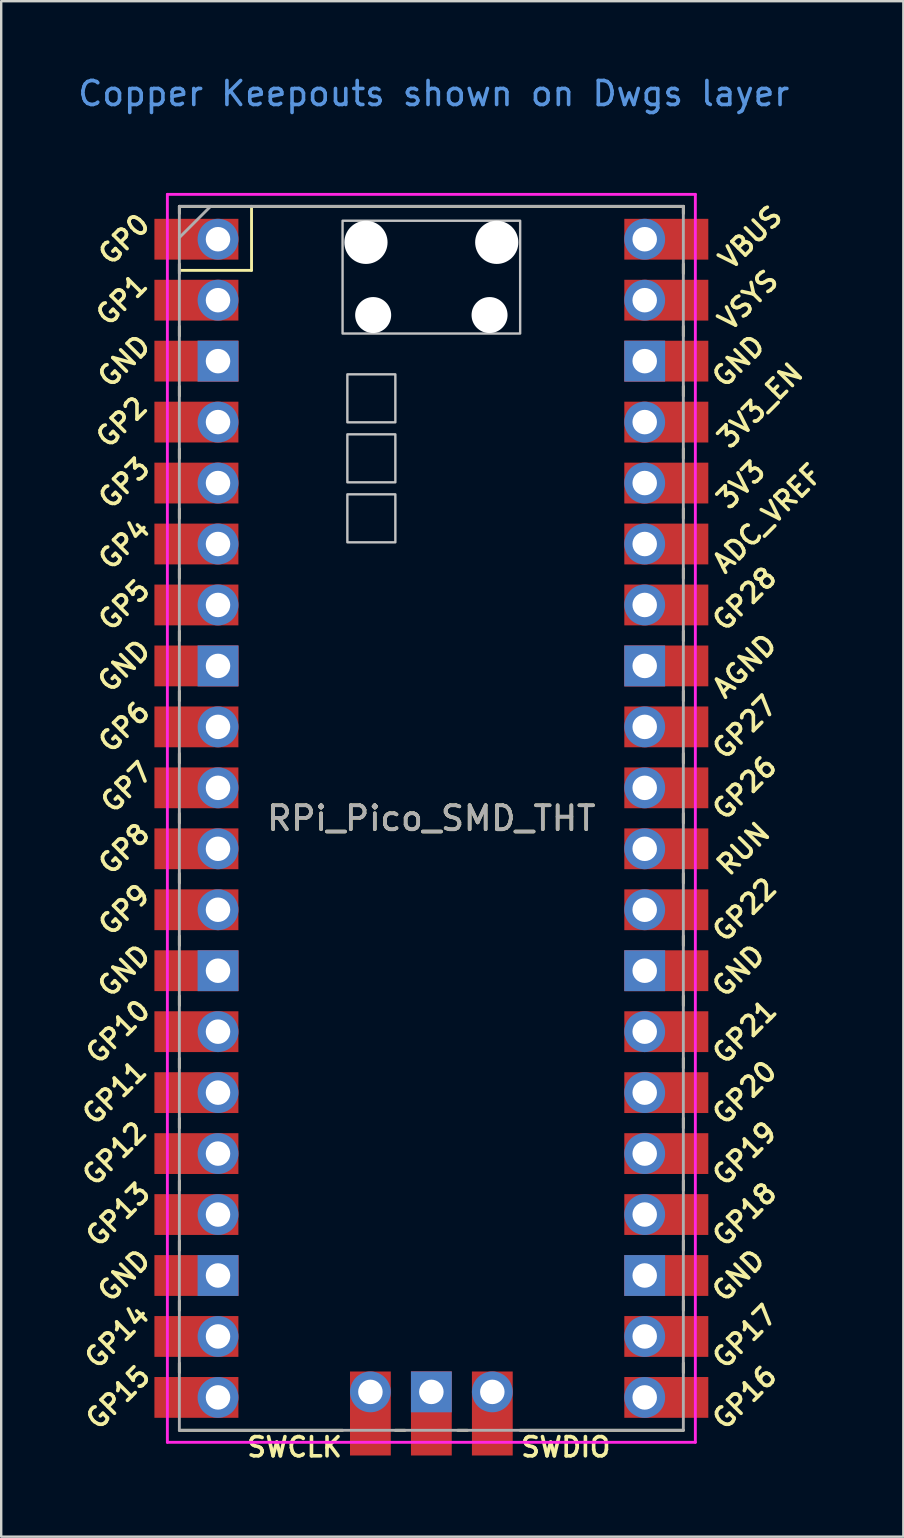
<source format=kicad_pcb>
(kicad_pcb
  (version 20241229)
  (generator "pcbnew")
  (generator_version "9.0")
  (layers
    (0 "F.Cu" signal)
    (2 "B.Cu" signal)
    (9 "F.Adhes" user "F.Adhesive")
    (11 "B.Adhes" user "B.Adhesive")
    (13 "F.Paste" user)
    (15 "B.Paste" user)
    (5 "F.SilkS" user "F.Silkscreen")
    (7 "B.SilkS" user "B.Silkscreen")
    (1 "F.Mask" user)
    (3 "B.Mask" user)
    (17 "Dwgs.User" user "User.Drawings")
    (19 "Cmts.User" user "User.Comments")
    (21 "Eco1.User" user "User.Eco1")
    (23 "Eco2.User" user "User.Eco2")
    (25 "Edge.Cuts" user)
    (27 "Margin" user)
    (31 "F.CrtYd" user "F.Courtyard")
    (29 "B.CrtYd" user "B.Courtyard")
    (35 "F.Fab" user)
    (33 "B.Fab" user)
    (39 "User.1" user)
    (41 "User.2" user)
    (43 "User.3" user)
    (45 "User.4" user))
  (footprint "RPi_Pico_SMD_THT"
    (layer "F.Cu")
    (at 14.924 31.048)
    (property "Reference" "RPi_Pico_SMD_THT" (at 0 0 0) (layer "F.SilkS") (effects (font (size 1 1) (thickness 0.15))))
    (attr through_hole)
    (fp_line (start -10.5 -25.5) (end -10.5 -25.2) (stroke (width 0.12) (type solid)) (layer "F.SilkS"))
    (fp_line (start -10.5 -25.5) (end 10.5 -25.5) (stroke (width 0.12) (type solid)) (layer "F.SilkS"))
    (fp_line (start -10.5 -23.1) (end -10.5 -22.7) (stroke (width 0.12) (type solid)) (layer "F.SilkS"))
    (fp_line (start -10.5 -22.833) (end -7.493 -22.833) (stroke (width 0.12) (type solid)) (layer "F.SilkS"))
    (fp_line (start -10.5 -20.5) (end -10.5 -20.1) (stroke (width 0.12) (type solid)) (layer "F.SilkS"))
    (fp_line (start -10.5 -18) (end -10.5 -17.6) (stroke (width 0.12) (type solid)) (layer "F.SilkS"))
    (fp_line (start -10.5 -15.4) (end -10.5 -15) (stroke (width 0.12) (type solid)) (layer "F.SilkS"))
    (fp_line (start -10.5 -12.9) (end -10.5 -12.5) (stroke (width 0.12) (type solid)) (layer "F.SilkS"))
    (fp_line (start -10.5 -10.4) (end -10.5 -10) (stroke (width 0.12) (type solid)) (layer "F.SilkS"))
    (fp_line (start -10.5 -7.8) (end -10.5 -7.4) (stroke (width 0.12) (type solid)) (layer "F.SilkS"))
    (fp_line (start -10.5 -5.3) (end -10.5 -4.9) (stroke (width 0.12) (type solid)) (layer "F.SilkS"))
    (fp_line (start -10.5 -2.7) (end -10.5 -2.3) (stroke (width 0.12) (type solid)) (layer "F.SilkS"))
    (fp_line (start -10.5 -0.2) (end -10.5 0.2) (stroke (width 0.12) (type solid)) (layer "F.SilkS"))
    (fp_line (start -10.5 2.3) (end -10.5 2.7) (stroke (width 0.12) (type solid)) (layer "F.SilkS"))
    (fp_line (start -10.5 4.9) (end -10.5 5.3) (stroke (width 0.12) (type solid)) (layer "F.SilkS"))
    (fp_line (start -10.5 7.4) (end -10.5 7.8) (stroke (width 0.12) (type solid)) (layer "F.SilkS"))
    (fp_line (start -10.5 10) (end -10.5 10.4) (stroke (width 0.12) (type solid)) (layer "F.SilkS"))
    (fp_line (start -10.5 12.5) (end -10.5 12.9) (stroke (width 0.12) (type solid)) (layer "F.SilkS"))
    (fp_line (start -10.5 15.1) (end -10.5 15.5) (stroke (width 0.12) (type solid)) (layer "F.SilkS"))
    (fp_line (start -10.5 17.6) (end -10.5 18) (stroke (width 0.12) (type solid)) (layer "F.SilkS"))
    (fp_line (start -10.5 20.1) (end -10.5 20.5) (stroke (width 0.12) (type solid)) (layer "F.SilkS"))
    (fp_line (start -10.5 22.7) (end -10.5 23.1) (stroke (width 0.12) (type solid)) (layer "F.SilkS"))
    (fp_line (start -7.493 -22.833) (end -7.493 -25.5) (stroke (width 0.12) (type solid)) (layer "F.SilkS"))
    (fp_line (start -3.7 25.5) (end -10.5 25.5) (stroke (width 0.12) (type solid)) (layer "F.SilkS"))
    (fp_line (start -1.5 25.5) (end -1.1 25.5) (stroke (width 0.12) (type solid)) (layer "F.SilkS"))
    (fp_line (start 1.1 25.5) (end 1.5 25.5) (stroke (width 0.12) (type solid)) (layer "F.SilkS"))
    (fp_line (start 10.5 -25.5) (end 10.5 -25.2) (stroke (width 0.12) (type solid)) (layer "F.SilkS"))
    (fp_line (start 10.5 -23.1) (end 10.5 -22.7) (stroke (width 0.12) (type solid)) (layer "F.SilkS"))
    (fp_line (start 10.5 -20.5) (end 10.5 -20.1) (stroke (width 0.12) (type solid)) (layer "F.SilkS"))
    (fp_line (start 10.5 -18) (end 10.5 -17.6) (stroke (width 0.12) (type solid)) (layer "F.SilkS"))
    (fp_line (start 10.5 -15.4) (end 10.5 -15) (stroke (width 0.12) (type solid)) (layer "F.SilkS"))
    (fp_line (start 10.5 -12.9) (end 10.5 -12.5) (stroke (width 0.12) (type solid)) (layer "F.SilkS"))
    (fp_line (start 10.5 -10.4) (end 10.5 -10) (stroke (width 0.12) (type solid)) (layer "F.SilkS"))
    (fp_line (start 10.5 -7.8) (end 10.5 -7.4) (stroke (width 0.12) (type solid)) (layer "F.SilkS"))
    (fp_line (start 10.5 -5.3) (end 10.5 -4.9) (stroke (width 0.12) (type solid)) (layer "F.SilkS"))
    (fp_line (start 10.5 -2.7) (end 10.5 -2.3) (stroke (width 0.12) (type solid)) (layer "F.SilkS"))
    (fp_line (start 10.5 -0.2) (end 10.5 0.2) (stroke (width 0.12) (type solid)) (layer "F.SilkS"))
    (fp_line (start 10.5 2.3) (end 10.5 2.7) (stroke (width 0.12) (type solid)) (layer "F.SilkS"))
    (fp_line (start 10.5 4.9) (end 10.5 5.3) (stroke (width 0.12) (type solid)) (layer "F.SilkS"))
    (fp_line (start 10.5 7.4) (end 10.5 7.8) (stroke (width 0.12) (type solid)) (layer "F.SilkS"))
    (fp_line (start 10.5 10) (end 10.5 10.4) (stroke (width 0.12) (type solid)) (layer "F.SilkS"))
    (fp_line (start 10.5 12.5) (end 10.5 12.9) (stroke (width 0.12) (type solid)) (layer "F.SilkS"))
    (fp_line (start 10.5 15.1) (end 10.5 15.5) (stroke (width 0.12) (type solid)) (layer "F.SilkS"))
    (fp_line (start 10.5 17.6) (end 10.5 18) (stroke (width 0.12) (type solid)) (layer "F.SilkS"))
    (fp_line (start 10.5 20.1) (end 10.5 20.5) (stroke (width 0.12) (type solid)) (layer "F.SilkS"))
    (fp_line (start 10.5 22.7) (end 10.5 23.1) (stroke (width 0.12) (type solid)) (layer "F.SilkS"))
    (fp_line (start 10.5 25.5) (end 3.7 25.5) (stroke (width 0.12) (type solid)) (layer "F.SilkS"))
    (fp_poly (pts (xy -1.5 -16.5) (xy -3.5 -16.5) (xy -3.5 -18.5) (xy -1.5 -18.5)) (stroke (width 0.1) (type solid)) (fill no) (layer "Dwgs.User"))
    (fp_poly (pts (xy -1.5 -14) (xy -3.5 -14) (xy -3.5 -16) (xy -1.5 -16)) (stroke (width 0.1) (type solid)) (fill no) (layer "Dwgs.User"))
    (fp_poly (pts (xy -1.5 -11.5) (xy -3.5 -11.5) (xy -3.5 -13.5) (xy -1.5 -13.5)) (stroke (width 0.1) (type solid)) (fill no) (layer "Dwgs.User"))
    (fp_poly (pts (xy 3.7 -20.2) (xy -3.7 -20.2) (xy -3.7 -24.9) (xy 3.7 -24.9)) (stroke (width 0.1) (type solid)) (fill no) (layer "Dwgs.User"))
    (fp_line (start -11 -26) (end 11 -26) (stroke (width 0.12) (type solid)) (layer "F.CrtYd"))
    (fp_line (start -11 26) (end -11 -26) (stroke (width 0.12) (type solid)) (layer "F.CrtYd"))
    (fp_line (start 11 -26) (end 11 26) (stroke (width 0.12) (type solid)) (layer "F.CrtYd"))
    (fp_line (start 11 26) (end -11 26) (stroke (width 0.12) (type solid)) (layer "F.CrtYd"))
    (fp_line (start -10.5 -25.5) (end 10.5 -25.5) (stroke (width 0.12) (type solid)) (layer "F.Fab"))
    (fp_line (start -10.5 -24.2) (end -9.2 -25.5) (stroke (width 0.12) (type solid)) (layer "F.Fab"))
    (fp_line (start -10.5 25.5) (end -10.5 -25.5) (stroke (width 0.12) (type solid)) (layer "F.Fab"))
    (fp_line (start 10.5 -25.5) (end 10.5 25.5) (stroke (width 0.12) (type solid)) (layer "F.Fab"))
    (fp_line (start 10.5 25.5) (end -10.5 25.5) (stroke (width 0.12) (type solid)) (layer "F.Fab"))
    (fp_text user "SWCLK" (at -5.7 26.2 0) (layer "F.SilkS") (effects (font (size 0.8 0.8) (thickness 0.15))))
    (fp_text user "GP10" (at -13.054 8.89 45) (layer "F.SilkS") (effects (font (size 0.8 0.8) (thickness 0.15))))
    (fp_text user "VBUS" (at 13.3 -24.2 45) (layer "F.SilkS") (effects (font (size 0.8 0.8) (thickness 0.15))))
    (fp_text user "GP5" (at -12.8 -8.89 45) (layer "F.SilkS") (effects (font (size 0.8 0.8) (thickness 0.15))))
    (fp_text user "GP1" (at -12.9 -21.6 45) (layer "F.SilkS") (effects (font (size 0.8 0.8) (thickness 0.15))))
    (fp_text user "GP4" (at -12.8 -11.43 45) (layer "F.SilkS") (effects (font (size 0.8 0.8) (thickness 0.15))))
    (fp_text user "VSYS" (at 13.2 -21.59 45) (layer "F.SilkS") (effects (font (size 0.8 0.8) (thickness 0.15))))
    (fp_text user "GND" (at 12.8 -19.05 45) (layer "F.SilkS") (effects (font (size 0.8 0.8) (thickness 0.15))))
    (fp_text user "3V3_EN" (at 13.7 -17.2 45) (layer "F.SilkS") (effects (font (size 0.8 0.8) (thickness 0.15))))
    (fp_text user "GP16" (at 13.054 24.13 45) (layer "F.SilkS") (effects (font (size 0.8 0.8) (thickness 0.15))))
    (fp_text user "3V3" (at 12.9 -13.9 45) (layer "F.SilkS") (effects (font (size 0.8 0.8) (thickness 0.15))))
    (fp_text user "GND" (at 12.8 19.05 45) (layer "F.SilkS") (effects (font (size 0.8 0.8) (thickness 0.15))))
    (fp_text user "SWDIO" (at 5.6 26.2 0) (layer "F.SilkS") (effects (font (size 0.8 0.8) (thickness 0.15))))
    (fp_text user "GP3" (at -12.8 -13.97 45) (layer "F.SilkS") (effects (font (size 0.8 0.8) (thickness 0.15))))
    (fp_text user "GP14" (at -13.1 21.59 45) (layer "F.SilkS") (effects (font (size 0.8 0.8) (thickness 0.15))))
    (fp_text user "GND" (at -12.8 -6.35 45) (layer "F.SilkS") (effects (font (size 0.8 0.8) (thickness 0.15))))
    (fp_text user "GP26" (at 13.054 -1.27 45) (layer "F.SilkS") (effects (font (size 0.8 0.8) (thickness 0.15))))
    (fp_text user "GP9" (at -12.8 3.81 45) (layer "F.SilkS") (effects (font (size 0.8 0.8) (thickness 0.15))))
    (fp_text user "GND" (at -12.8 6.35 45) (layer "F.SilkS") (effects (font (size 0.8 0.8) (thickness 0.15))))
    (fp_text user "GP28" (at 13.054 -9.144 45) (layer "F.SilkS") (effects (font (size 0.8 0.8) (thickness 0.15))))
    (fp_text user "GP20" (at 13.054 11.43 45) (layer "F.SilkS") (effects (font (size 0.8 0.8) (thickness 0.15))))
    (fp_text user "GND" (at -12.8 -19.05 45) (layer "F.SilkS") (effects (font (size 0.8 0.8) (thickness 0.15))))
    (fp_text user "GP17" (at 13.054 21.59 45) (layer "F.SilkS") (effects (font (size 0.8 0.8) (thickness 0.15))))
    (fp_text user "GP15" (at -13.054 24.13 45) (layer "F.SilkS") (effects (font (size 0.8 0.8) (thickness 0.15))))
    (fp_text user "GP11" (at -13.2 11.43 45) (layer "F.SilkS") (effects (font (size 0.8 0.8) (thickness 0.15))))
    (fp_text user "GP18" (at 13.054 16.51 45) (layer "F.SilkS") (effects (font (size 0.8 0.8) (thickness 0.15))))
    (fp_text user "AGND" (at 13.054 -6.35 45) (layer "F.SilkS") (effects (font (size 0.8 0.8) (thickness 0.15))))
    (fp_text user "GND" (at -12.8 19.05 45) (layer "F.SilkS") (effects (font (size 0.8 0.8) (thickness 0.15))))
    (fp_text user "GP7" (at -12.7 -1.3 45) (layer "F.SilkS") (effects (font (size 0.8 0.8) (thickness 0.15))))
    (fp_text user "GP6" (at -12.8 -3.81 45) (layer "F.SilkS") (effects (font (size 0.8 0.8) (thickness 0.15))))
    (fp_text user "GP22" (at 13.054 3.81 45) (layer "F.SilkS") (effects (font (size 0.8 0.8) (thickness 0.15))))
    (fp_text user "GP2" (at -12.9 -16.51 45) (layer "F.SilkS") (effects (font (size 0.8 0.8) (thickness 0.15))))
    (fp_text user "GND" (at 12.8 6.35 45) (layer "F.SilkS") (effects (font (size 0.8 0.8) (thickness 0.15))))
    (fp_text user "ADC_VREF" (at 14 -12.5 45) (layer "F.SilkS") (effects (font (size 0.8 0.8) (thickness 0.15))))
    (fp_text user "GP0" (at -12.8 -24.13 45) (layer "F.SilkS") (effects (font (size 0.8 0.8) (thickness 0.15))))
    (fp_text user "GP13" (at -13.054 16.51 45) (layer "F.SilkS") (effects (font (size 0.8 0.8) (thickness 0.15))))
    (fp_text user "GP27" (at 13.054 -3.8 45) (layer "F.SilkS") (effects (font (size 0.8 0.8) (thickness 0.15))))
    (fp_text user "RUN" (at 13 1.27 45) (layer "F.SilkS") (effects (font (size 0.8 0.8) (thickness 0.15))))
    (fp_text user "GP8" (at -12.8 1.27 45) (layer "F.SilkS") (effects (font (size 0.8 0.8) (thickness 0.15))))
    (fp_text user "GP21" (at 13.054 8.9 45) (layer "F.SilkS") (effects (font (size 0.8 0.8) (thickness 0.15))))
    (fp_text user "GP19" (at 13.054 13.97 45) (layer "F.SilkS") (effects (font (size 0.8 0.8) (thickness 0.15))))
    (fp_text user "GP12" (at -13.2 13.97 45) (layer "F.SilkS") (effects (font (size 0.8 0.8) (thickness 0.15))))
    (fp_text user "Copper Keepouts shown on Dwgs layer" (at 0.1 -30.2 0) (layer "Cmts.User") (effects (font (size 1 1) (thickness 0.15))))
    (fp_text user "${REFERENCE}" (at 0 0 180) (layer "F.Fab") (effects (font (size 1 1) (thickness 0.15))))
    (pad "" np_thru_hole oval (at -2.725 -24) (size 1.8 1.8) (drill 1.8) (layers "*.Cu" "*.Mask"))
    (pad "" np_thru_hole oval (at -2.425 -20.97) (size 1.5 1.5) (drill 1.5) (layers "*.Cu" "*.Mask"))
    (pad "" np_thru_hole oval (at 2.425 -20.97) (size 1.5 1.5) (drill 1.5) (layers "*.Cu" "*.Mask"))
    (pad "" np_thru_hole oval (at 2.725 -24) (size 1.8 1.8) (drill 1.8) (layers "*.Cu" "*.Mask"))
    (pad "1" thru_hole oval (at -8.89 -24.13) (size 1.7 1.7) (drill 1.02) (layers "*.Cu" "*.Mask"))
    (pad "1" smd rect (at -8.89 -24.13) (size 3.5 1.7) (drill (offset -0.9 0)) (layers "F.Cu" "F.Mask"))
    (pad "2" thru_hole oval (at -8.89 -21.59) (size 1.7 1.7) (drill 1.02) (layers "*.Cu" "*.Mask"))
    (pad "2" smd rect (at -8.89 -21.59) (size 3.5 1.7) (drill (offset -0.9 0)) (layers "F.Cu" "F.Mask"))
    (pad "3" thru_hole rect (at -8.89 -19.05) (size 1.7 1.7) (drill 1.02) (layers "*.Cu" "*.Mask"))
    (pad "3" smd rect (at -8.89 -19.05) (size 3.5 1.7) (drill (offset -0.9 0)) (layers "F.Cu" "F.Mask"))
    (pad "4" thru_hole oval (at -8.89 -16.51) (size 1.7 1.7) (drill 1.02) (layers "*.Cu" "*.Mask"))
    (pad "4" smd rect (at -8.89 -16.51) (size 3.5 1.7) (drill (offset -0.9 0)) (layers "F.Cu" "F.Mask"))
    (pad "5" thru_hole oval (at -8.89 -13.97) (size 1.7 1.7) (drill 1.02) (layers "*.Cu" "*.Mask"))
    (pad "5" smd rect (at -8.89 -13.97) (size 3.5 1.7) (drill (offset -0.9 0)) (layers "F.Cu" "F.Mask"))
    (pad "6" thru_hole oval (at -8.89 -11.43) (size 1.7 1.7) (drill 1.02) (layers "*.Cu" "*.Mask"))
    (pad "6" smd rect (at -8.89 -11.43) (size 3.5 1.7) (drill (offset -0.9 0)) (layers "F.Cu" "F.Mask"))
    (pad "7" thru_hole oval (at -8.89 -8.89) (size 1.7 1.7) (drill 1.02) (layers "*.Cu" "*.Mask"))
    (pad "7" smd rect (at -8.89 -8.89) (size 3.5 1.7) (drill (offset -0.9 0)) (layers "F.Cu" "F.Mask"))
    (pad "8" thru_hole rect (at -8.89 -6.35) (size 1.7 1.7) (drill 1.02) (layers "*.Cu" "*.Mask"))
    (pad "8" smd rect (at -8.89 -6.35) (size 3.5 1.7) (drill (offset -0.9 0)) (layers "F.Cu" "F.Mask"))
    (pad "9" thru_hole oval (at -8.89 -3.81) (size 1.7 1.7) (drill 1.02) (layers "*.Cu" "*.Mask"))
    (pad "9" smd rect (at -8.89 -3.81) (size 3.5 1.7) (drill (offset -0.9 0)) (layers "F.Cu" "F.Mask"))
    (pad "10" thru_hole oval (at -8.89 -1.27) (size 1.7 1.7) (drill 1.02) (layers "*.Cu" "*.Mask"))
    (pad "10" smd rect (at -8.89 -1.27) (size 3.5 1.7) (drill (offset -0.9 0)) (layers "F.Cu" "F.Mask"))
    (pad "11" thru_hole oval (at -8.89 1.27) (size 1.7 1.7) (drill 1.02) (layers "*.Cu" "*.Mask"))
    (pad "11" smd rect (at -8.89 1.27) (size 3.5 1.7) (drill (offset -0.9 0)) (layers "F.Cu" "F.Mask"))
    (pad "12" thru_hole oval (at -8.89 3.81) (size 1.7 1.7) (drill 1.02) (layers "*.Cu" "*.Mask"))
    (pad "12" smd rect (at -8.89 3.81) (size 3.5 1.7) (drill (offset -0.9 0)) (layers "F.Cu" "F.Mask"))
    (pad "13" thru_hole rect (at -8.89 6.35) (size 1.7 1.7) (drill 1.02) (layers "*.Cu" "*.Mask"))
    (pad "13" smd rect (at -8.89 6.35) (size 3.5 1.7) (drill (offset -0.9 0)) (layers "F.Cu" "F.Mask"))
    (pad "14" thru_hole oval (at -8.89 8.89) (size 1.7 1.7) (drill 1.02) (layers "*.Cu" "*.Mask"))
    (pad "14" smd rect (at -8.89 8.89) (size 3.5 1.7) (drill (offset -0.9 0)) (layers "F.Cu" "F.Mask"))
    (pad "15" thru_hole oval (at -8.89 11.43) (size 1.7 1.7) (drill 1.02) (layers "*.Cu" "*.Mask"))
    (pad "15" smd rect (at -8.89 11.43) (size 3.5 1.7) (drill (offset -0.9 0)) (layers "F.Cu" "F.Mask"))
    (pad "16" thru_hole oval (at -8.89 13.97) (size 1.7 1.7) (drill 1.02) (layers "*.Cu" "*.Mask"))
    (pad "16" smd rect (at -8.89 13.97) (size 3.5 1.7) (drill (offset -0.9 0)) (layers "F.Cu" "F.Mask"))
    (pad "17" thru_hole oval (at -8.89 16.51) (size 1.7 1.7) (drill 1.02) (layers "*.Cu" "*.Mask"))
    (pad "17" smd rect (at -8.89 16.51) (size 3.5 1.7) (drill (offset -0.9 0)) (layers "F.Cu" "F.Mask"))
    (pad "18" thru_hole rect (at -8.89 19.05) (size 1.7 1.7) (drill 1.02) (layers "*.Cu" "*.Mask"))
    (pad "18" smd rect (at -8.89 19.05) (size 3.5 1.7) (drill (offset -0.9 0)) (layers "F.Cu" "F.Mask"))
    (pad "19" thru_hole oval (at -8.89 21.59) (size 1.7 1.7) (drill 1.02) (layers "*.Cu" "*.Mask"))
    (pad "19" smd rect (at -8.89 21.59) (size 3.5 1.7) (drill (offset -0.9 0)) (layers "F.Cu" "F.Mask"))
    (pad "20" thru_hole oval (at -8.89 24.13) (size 1.7 1.7) (drill 1.02) (layers "*.Cu" "*.Mask"))
    (pad "20" smd rect (at -8.89 24.13) (size 3.5 1.7) (drill (offset -0.9 0)) (layers "F.Cu" "F.Mask"))
    (pad "21" thru_hole oval (at 8.89 24.13) (size 1.7 1.7) (drill 1.02) (layers "*.Cu" "*.Mask"))
    (pad "21" smd rect (at 8.89 24.13) (size 3.5 1.7) (drill (offset 0.9 0)) (layers "F.Cu" "F.Mask"))
    (pad "22" thru_hole oval (at 8.89 21.59) (size 1.7 1.7) (drill 1.02) (layers "*.Cu" "*.Mask"))
    (pad "22" smd rect (at 8.89 21.59) (size 3.5 1.7) (drill (offset 0.9 0)) (layers "F.Cu" "F.Mask"))
    (pad "23" thru_hole rect (at 8.89 19.05) (size 1.7 1.7) (drill 1.02) (layers "*.Cu" "*.Mask"))
    (pad "23" smd rect (at 8.89 19.05) (size 3.5 1.7) (drill (offset 0.9 0)) (layers "F.Cu" "F.Mask"))
    (pad "24" thru_hole oval (at 8.89 16.51) (size 1.7 1.7) (drill 1.02) (layers "*.Cu" "*.Mask"))
    (pad "24" smd rect (at 8.89 16.51) (size 3.5 1.7) (drill (offset 0.9 0)) (layers "F.Cu" "F.Mask"))
    (pad "25" thru_hole oval (at 8.89 13.97) (size 1.7 1.7) (drill 1.02) (layers "*.Cu" "*.Mask"))
    (pad "25" smd rect (at 8.89 13.97) (size 3.5 1.7) (drill (offset 0.9 0)) (layers "F.Cu" "F.Mask"))
    (pad "26" thru_hole oval (at 8.89 11.43) (size 1.7 1.7) (drill 1.02) (layers "*.Cu" "*.Mask"))
    (pad "26" smd rect (at 8.89 11.43) (size 3.5 1.7) (drill (offset 0.9 0)) (layers "F.Cu" "F.Mask"))
    (pad "27" thru_hole oval (at 8.89 8.89) (size 1.7 1.7) (drill 1.02) (layers "*.Cu" "*.Mask"))
    (pad "27" smd rect (at 8.89 8.89) (size 3.5 1.7) (drill (offset 0.9 0)) (layers "F.Cu" "F.Mask"))
    (pad "28" thru_hole rect (at 8.89 6.35) (size 1.7 1.7) (drill 1.02) (layers "*.Cu" "*.Mask"))
    (pad "28" smd rect (at 8.89 6.35) (size 3.5 1.7) (drill (offset 0.9 0)) (layers "F.Cu" "F.Mask"))
    (pad "29" thru_hole oval (at 8.89 3.81) (size 1.7 1.7) (drill 1.02) (layers "*.Cu" "*.Mask"))
    (pad "29" smd rect (at 8.89 3.81) (size 3.5 1.7) (drill (offset 0.9 0)) (layers "F.Cu" "F.Mask"))
    (pad "30" thru_hole oval (at 8.89 1.27) (size 1.7 1.7) (drill 1.02) (layers "*.Cu" "*.Mask"))
    (pad "30" smd rect (at 8.89 1.27) (size 3.5 1.7) (drill (offset 0.9 0)) (layers "F.Cu" "F.Mask"))
    (pad "31" thru_hole oval (at 8.89 -1.27) (size 1.7 1.7) (drill 1.02) (layers "*.Cu" "*.Mask"))
    (pad "31" smd rect (at 8.89 -1.27) (size 3.5 1.7) (drill (offset 0.9 0)) (layers "F.Cu" "F.Mask"))
    (pad "32" thru_hole oval (at 8.89 -3.81) (size 1.7 1.7) (drill 1.02) (layers "*.Cu" "*.Mask"))
    (pad "32" smd rect (at 8.89 -3.81) (size 3.5 1.7) (drill (offset 0.9 0)) (layers "F.Cu" "F.Mask"))
    (pad "33" thru_hole rect (at 8.89 -6.35) (size 1.7 1.7) (drill 1.02) (layers "*.Cu" "*.Mask"))
    (pad "33" smd rect (at 8.89 -6.35) (size 3.5 1.7) (drill (offset 0.9 0)) (layers "F.Cu" "F.Mask"))
    (pad "34" thru_hole oval (at 8.89 -8.89) (size 1.7 1.7) (drill 1.02) (layers "*.Cu" "*.Mask"))
    (pad "34" smd rect (at 8.89 -8.89) (size 3.5 1.7) (drill (offset 0.9 0)) (layers "F.Cu" "F.Mask"))
    (pad "35" thru_hole oval (at 8.89 -11.43) (size 1.7 1.7) (drill 1.02) (layers "*.Cu" "*.Mask"))
    (pad "35" smd rect (at 8.89 -11.43) (size 3.5 1.7) (drill (offset 0.9 0)) (layers "F.Cu" "F.Mask"))
    (pad "36" thru_hole oval (at 8.89 -13.97) (size 1.7 1.7) (drill 1.02) (layers "*.Cu" "*.Mask"))
    (pad "36" smd rect (at 8.89 -13.97) (size 3.5 1.7) (drill (offset 0.9 0)) (layers "F.Cu" "F.Mask"))
    (pad "37" thru_hole oval (at 8.89 -16.51) (size 1.7 1.7) (drill 1.02) (layers "*.Cu" "*.Mask"))
    (pad "37" smd rect (at 8.89 -16.51) (size 3.5 1.7) (drill (offset 0.9 0)) (layers "F.Cu" "F.Mask"))
    (pad "38" thru_hole rect (at 8.89 -19.05) (size 1.7 1.7) (drill 1.02) (layers "*.Cu" "*.Mask"))
    (pad "38" smd rect (at 8.89 -19.05) (size 3.5 1.7) (drill (offset 0.9 0)) (layers "F.Cu" "F.Mask"))
    (pad "39" thru_hole oval (at 8.89 -21.59) (size 1.7 1.7) (drill 1.02) (layers "*.Cu" "*.Mask"))
    (pad "39" smd rect (at 8.89 -21.59) (size 3.5 1.7) (drill (offset 0.9 0)) (layers "F.Cu" "F.Mask"))
    (pad "40" thru_hole oval (at 8.89 -24.13) (size 1.7 1.7) (drill 1.02) (layers "*.Cu" "*.Mask"))
    (pad "40" smd rect (at 8.89 -24.13) (size 3.5 1.7) (drill (offset 0.9 0)) (layers "F.Cu" "F.Mask"))
    (pad "41" thru_hole oval (at -2.54 23.9) (size 1.7 1.7) (drill 1.02) (layers "*.Cu" "*.Mask"))
    (pad "41" smd rect (at -2.54 23.9 90) (size 3.5 1.7) (drill (offset -0.9 0)) (layers "F.Cu" "F.Mask"))
    (pad "42" thru_hole rect (at 0 23.9) (size 1.7 1.7) (drill 1.02) (layers "*.Cu" "*.Mask"))
    (pad "42" smd rect (at 0 23.9 90) (size 3.5 1.7) (drill (offset -0.9 0)) (layers "F.Cu" "F.Mask"))
    (pad "43" thru_hole oval (at 2.54 23.9) (size 1.7 1.7) (drill 1.02) (layers "*.Cu" "*.Mask"))
    (pad "43" smd rect (at 2.54 23.9 90) (size 3.5 1.7) (drill (offset -0.9 0)) (layers "F.Cu" "F.Mask")))
  (gr_rect
    (start -3 -3)
    (end 34.591 60.98)
    (stroke (width 0.1) (type default))
    (fill no)
    (layer "Edge.Cuts")))
</source>
